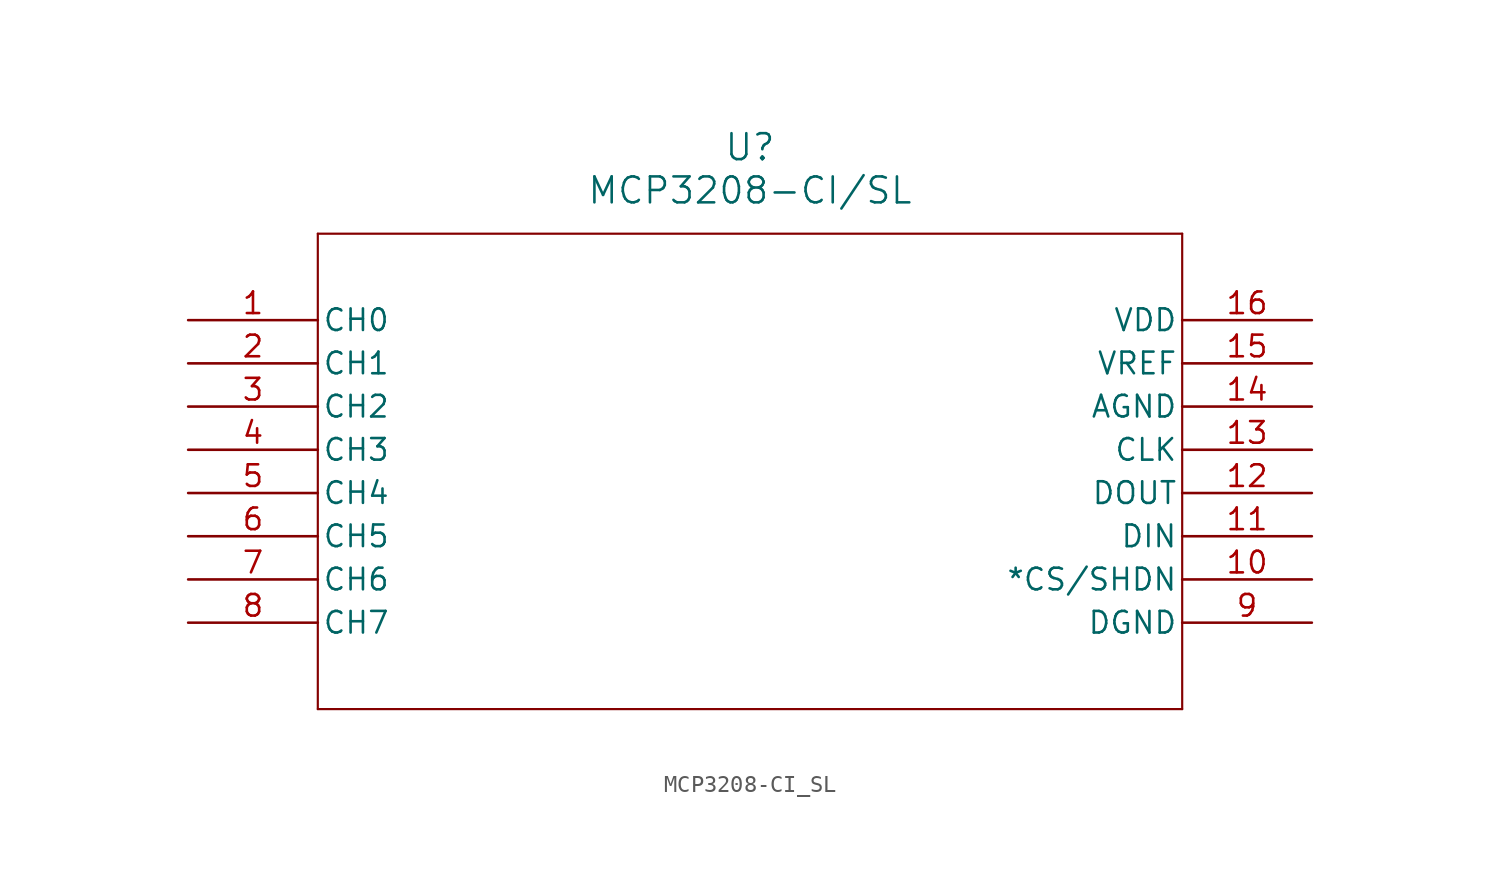
<source format=kicad_sym>
(kicad_symbol_lib
  (version 20211014)
  (generator kicad_symbol_editor)
  (symbol "MCP3208-CI_SL"
    (pin_names
      (offset 0.254))
    (property "Reference" "U"
      (at 33.02 10.16 0)
      (effects (font (size 1.524 1.524))))
    (property "Value" "MCP3208-CI/SL"
      (at 33.02 7.62 0)
      (effects (font (size 1.524 1.524))))
    (symbol "MCP3208-CI_SL_0_1"
      (polyline (pts (xy 7.62 5.08) (xy 7.62 -22.86)) (stroke (width 0.127) (type default) (color 0 0 0 0)) (fill (type none)))
      (polyline (pts (xy 7.62 -22.86) (xy 58.42 -22.86)) (stroke (width 0.127) (type default) (color 0 0 0 0)) (fill (type none)))
      (polyline (pts (xy 58.42 -22.86) (xy 58.42 5.08)) (stroke (width 0.127) (type default) (color 0 0 0 0)) (fill (type none)))
      (polyline (pts (xy 58.42 5.08) (xy 7.62 5.08)) (stroke (width 0.127) (type default) (color 0 0 0 0)) (fill (type none)))
      (pin input line (at 0 0 0) (length 7.62) (name "CH0" (effects (font (size 1.27 1.27)))) (number "1" (effects (font (size 1.27 1.27)))))
      (pin input line (at 0 -2.54 0) (length 7.62) (name "CH1" (effects (font (size 1.27 1.27)))) (number "2" (effects (font (size 1.27 1.27)))))
      (pin input line (at 0 -5.08 0) (length 7.62) (name "CH2" (effects (font (size 1.27 1.27)))) (number "3" (effects (font (size 1.27 1.27)))))
      (pin input line (at 0 -7.62 0) (length 7.62) (name "CH3" (effects (font (size 1.27 1.27)))) (number "4" (effects (font (size 1.27 1.27)))))
      (pin input line (at 0 -10.16 0) (length 7.62) (name "CH4" (effects (font (size 1.27 1.27)))) (number "5" (effects (font (size 1.27 1.27)))))
      (pin input line (at 0 -12.7 0) (length 7.62) (name "CH5" (effects (font (size 1.27 1.27)))) (number "6" (effects (font (size 1.27 1.27)))))
      (pin input line (at 0 -15.24 0) (length 7.62) (name "CH6" (effects (font (size 1.27 1.27)))) (number "7" (effects (font (size 1.27 1.27)))))
      (pin input line (at 0 -17.78 0) (length 7.62) (name "CH7" (effects (font (size 1.27 1.27)))) (number "8" (effects (font (size 1.27 1.27)))))
      (pin unspecified line (at 66.04 -17.78 180) (length 7.62) (name "DGND" (effects (font (size 1.27 1.27)))) (number "9" (effects (font (size 1.27 1.27)))))
      (pin input line (at 66.04 -15.24 180) (length 7.62) (name "*CS/SHDN" (effects (font (size 1.27 1.27)))) (number "10" (effects (font (size 1.27 1.27)))))
      (pin input line (at 66.04 -12.7 180) (length 7.62) (name "DIN" (effects (font (size 1.27 1.27)))) (number "11" (effects (font (size 1.27 1.27)))))
      (pin output line (at 66.04 -10.16 180) (length 7.62) (name "DOUT" (effects (font (size 1.27 1.27)))) (number "12" (effects (font (size 1.27 1.27)))))
      (pin input line (at 66.04 -7.62 180) (length 7.62) (name "CLK" (effects (font (size 1.27 1.27)))) (number "13" (effects (font (size 1.27 1.27)))))
      (pin unspecified line (at 66.04 -5.08 180) (length 7.62) (name "AGND" (effects (font (size 1.27 1.27)))) (number "14" (effects (font (size 1.27 1.27)))))
      (pin input line (at 66.04 -2.54 180) (length 7.62) (name "VREF" (effects (font (size 1.27 1.27)))) (number "15" (effects (font (size 1.27 1.27)))))
      (pin unspecified line (at 66.04 0 180) (length 7.62) (name "VDD" (effects (font (size 1.27 1.27)))) (number "16" (effects (font (size 1.27 1.27))))))))
</source>
